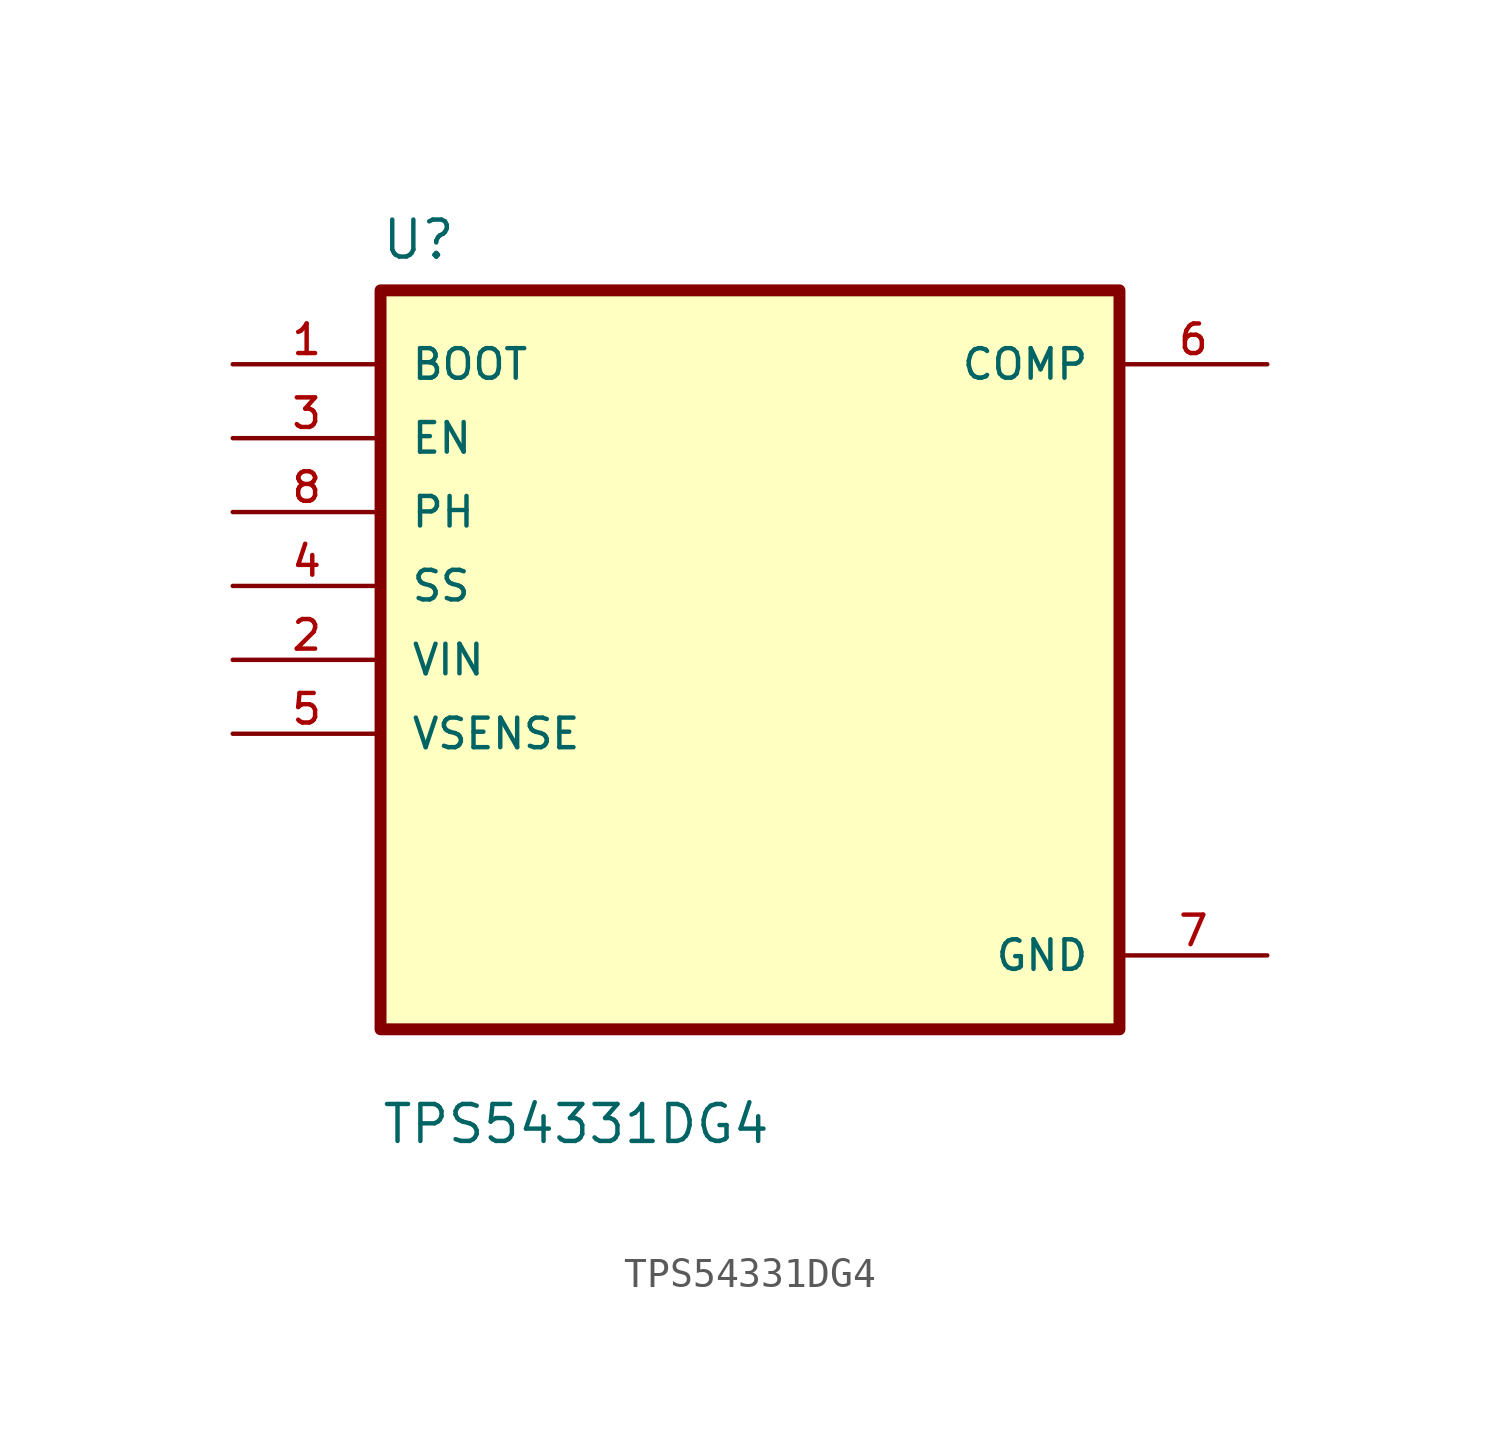
<source format=kicad_sym>
(kicad_symbol_lib
  (version 20211014)
  (generator kicad_symbol_editor)
  (symbol "TPS54331DG4"
    (pin_names
      (offset 1.016))
    (property "Reference" "U"
      (at -12.7 13.7 0.0)
      (effects (font (size 1.27 1.27)) (justify bottom left)))
    (property "Value" "TPS54331DG4"
      (at -12.7 -16.7 0.0)
      (effects (font (size 1.27 1.27)) (justify bottom left)))
    (symbol "TPS54331DG4_0_0"
      (rectangle (start -12.7 -12.7) (end 12.7 12.7) (stroke (width 0.41)) (fill (type background)))
      (pin input line (at -17.78 10.16 0) (length 5.08) (name "BOOT" (effects (font (size 1.016 1.016)))) (number "1" (effects (font (size 1.016 1.016)))))
      (pin input line (at -17.78 7.62 0) (length 5.08) (name "EN" (effects (font (size 1.016 1.016)))) (number "3" (effects (font (size 1.016 1.016)))))
      (pin input line (at -17.78 5.08 0) (length 5.08) (name "PH" (effects (font (size 1.016 1.016)))) (number "8" (effects (font (size 1.016 1.016)))))
      (pin input line (at -17.78 2.54 0) (length 5.08) (name "SS" (effects (font (size 1.016 1.016)))) (number "4" (effects (font (size 1.016 1.016)))))
      (pin input line (at -17.78 0.0 0) (length 5.08) (name "VIN" (effects (font (size 1.016 1.016)))) (number "2" (effects (font (size 1.016 1.016)))))
      (pin input line (at -17.78 -2.54 0) (length 5.08) (name "VSENSE" (effects (font (size 1.016 1.016)))) (number "5" (effects (font (size 1.016 1.016)))))
      (pin output line (at 17.78 10.16 180.0) (length 5.08) (name "COMP" (effects (font (size 1.016 1.016)))) (number "6" (effects (font (size 1.016 1.016)))))
      (pin power_in line (at 17.78 -10.16 180.0) (length 5.08) (name "GND" (effects (font (size 1.016 1.016)))) (number "7" (effects (font (size 1.016 1.016))))))))
</source>
